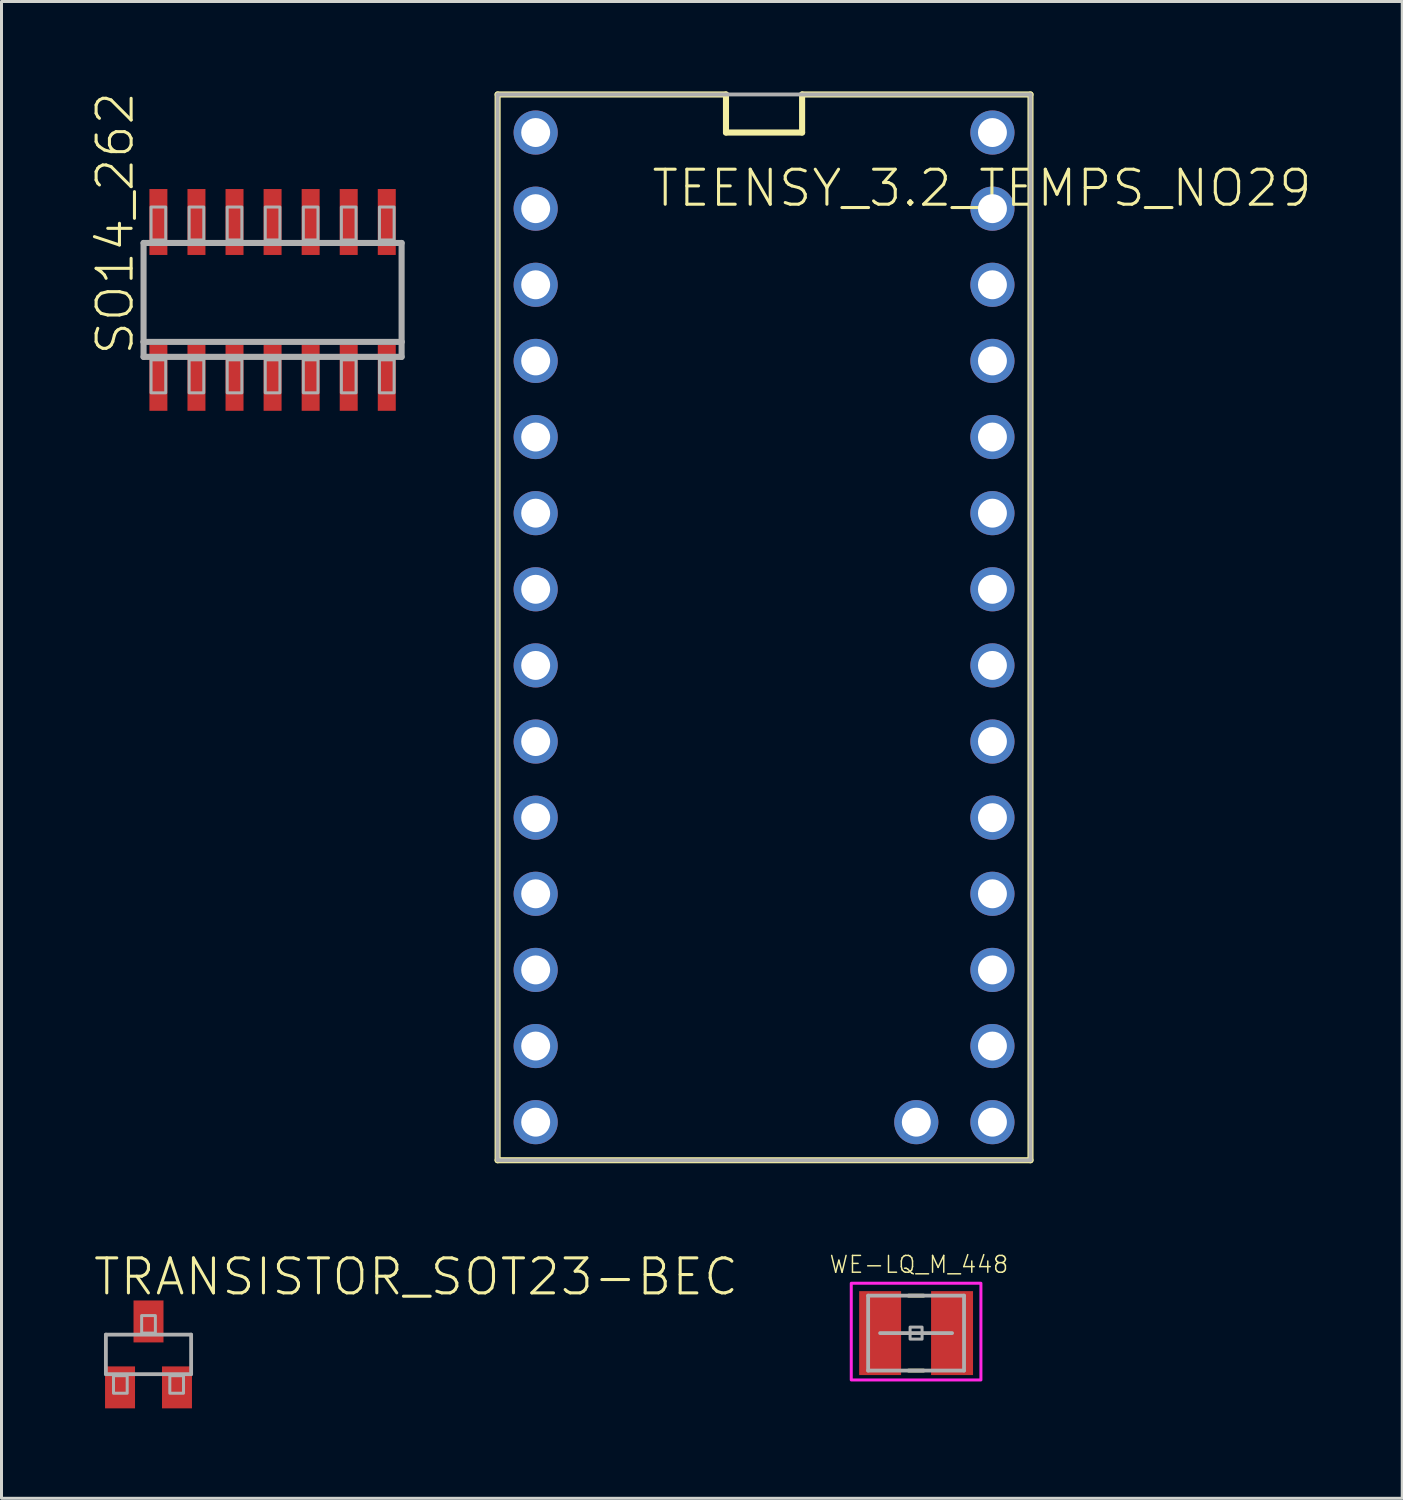
<source format=kicad_pcb>
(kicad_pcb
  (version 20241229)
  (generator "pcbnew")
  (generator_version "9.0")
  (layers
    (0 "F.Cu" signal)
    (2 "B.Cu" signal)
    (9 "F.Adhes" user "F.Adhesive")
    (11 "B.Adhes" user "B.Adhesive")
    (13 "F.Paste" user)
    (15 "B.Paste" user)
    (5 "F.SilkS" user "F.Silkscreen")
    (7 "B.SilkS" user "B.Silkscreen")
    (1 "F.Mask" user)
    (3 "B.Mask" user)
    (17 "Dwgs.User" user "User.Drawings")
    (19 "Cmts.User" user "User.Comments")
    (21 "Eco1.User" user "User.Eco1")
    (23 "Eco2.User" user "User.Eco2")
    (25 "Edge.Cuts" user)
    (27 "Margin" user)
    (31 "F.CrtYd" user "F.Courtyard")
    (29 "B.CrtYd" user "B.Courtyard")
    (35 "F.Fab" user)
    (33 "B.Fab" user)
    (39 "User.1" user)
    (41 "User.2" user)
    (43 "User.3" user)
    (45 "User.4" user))
  (footprint "TEENSY_3.2_TEMPS_NO29"
    (layer "F.Cu")
    (at 22.443 17.882)
    (property "Reference" "TEENSY_3.2_TEMPS_NO29" (at -3.81 -13.97 0) (unlocked yes) (layer "F.SilkS") (effects (font (size 1.168 1.168) (thickness 0.102)) (justify left bottom)))
    (fp_line (start -8.89 -17.78) (end -1.27 -17.78) (stroke (width 0.203) (type solid)) (layer "F.SilkS"))
    (fp_line (start -8.89 17.78) (end -8.89 -17.78) (stroke (width 0.203) (type solid)) (layer "F.SilkS"))
    (fp_line (start -1.27 -17.78) (end -1.27 -16.51) (stroke (width 0.203) (type solid)) (layer "F.SilkS"))
    (fp_line (start -1.27 -16.51) (end 1.27 -16.51) (stroke (width 0.203) (type solid)) (layer "F.SilkS"))
    (fp_line (start 1.27 -17.78) (end 8.89 -17.78) (stroke (width 0.203) (type solid)) (layer "F.SilkS"))
    (fp_line (start 1.27 -16.51) (end 1.27 -17.78) (stroke (width 0.203) (type solid)) (layer "F.SilkS"))
    (fp_line (start 8.89 -17.78) (end 8.89 17.78) (stroke (width 0.203) (type solid)) (layer "F.SilkS"))
    (fp_line (start 8.89 17.78) (end -8.89 17.78) (stroke (width 0.203) (type solid)) (layer "F.SilkS"))
    (fp_line (start -8.89 -17.78) (end 8.89 -17.78) (stroke (width 0.127) (type solid)) (layer "F.Fab"))
    (fp_line (start -8.89 17.78) (end -8.89 -17.78) (stroke (width 0.127) (type solid)) (layer "F.Fab"))
    (fp_line (start 8.89 -17.78) (end 8.89 17.78) (stroke (width 0.127) (type solid)) (layer "F.Fab"))
    (fp_line (start 8.89 17.78) (end -8.89 17.78) (stroke (width 0.127) (type solid)) (layer "F.Fab"))
    (pad "0" thru_hole circle (at -7.62 -13.97) (size 1.473 1.473) (drill 0.965) (layers "*.Cu" "*.Mask"))
    (pad "1" thru_hole circle (at -7.62 -11.43) (size 1.473 1.473) (drill 0.965) (layers "*.Cu" "*.Mask"))
    (pad "2" thru_hole circle (at -7.62 -8.89) (size 1.473 1.473) (drill 0.965) (layers "*.Cu" "*.Mask"))
    (pad "3" thru_hole circle (at -7.62 -6.35) (size 1.473 1.473) (drill 0.965) (layers "*.Cu" "*.Mask"))
    (pad "3.3V" thru_hole circle (at 7.62 -11.43) (size 1.473 1.473) (drill 0.965) (layers "*.Cu" "*.Mask"))
    (pad "4" thru_hole circle (at -7.62 -3.81) (size 1.473 1.473) (drill 0.965) (layers "*.Cu" "*.Mask"))
    (pad "5" thru_hole circle (at -7.62 -1.27) (size 1.473 1.473) (drill 0.965) (layers "*.Cu" "*.Mask"))
    (pad "6" thru_hole circle (at -7.62 1.27) (size 1.473 1.473) (drill 0.965) (layers "*.Cu" "*.Mask"))
    (pad "7" thru_hole circle (at -7.62 3.81) (size 1.473 1.473) (drill 0.965) (layers "*.Cu" "*.Mask"))
    (pad "8" thru_hole circle (at -7.62 6.35) (size 1.473 1.473) (drill 0.965) (layers "*.Cu" "*.Mask"))
    (pad "9" thru_hole circle (at -7.62 8.89) (size 1.473 1.473) (drill 0.965) (layers "*.Cu" "*.Mask"))
    (pad "10" thru_hole circle (at -7.62 11.43) (size 1.473 1.473) (drill 0.965) (layers "*.Cu" "*.Mask"))
    (pad "11" thru_hole circle (at -7.62 13.97) (size 1.473 1.473) (drill 0.965) (layers "*.Cu" "*.Mask"))
    (pad "12" thru_hole circle (at -7.62 16.51) (size 1.473 1.473) (drill 0.965) (layers "*.Cu" "*.Mask"))
    (pad "13" thru_hole circle (at 7.62 16.51) (size 1.473 1.473) (drill 0.965) (layers "*.Cu" "*.Mask"))
    (pad "14/A0" thru_hole circle (at 7.62 13.97) (size 1.473 1.473) (drill 0.965) (layers "*.Cu" "*.Mask"))
    (pad "15/A1" thru_hole circle (at 7.62 11.43) (size 1.473 1.473) (drill 0.965) (layers "*.Cu" "*.Mask"))
    (pad "16/A2" thru_hole circle (at 7.62 8.89) (size 1.473 1.473) (drill 0.965) (layers "*.Cu" "*.Mask"))
    (pad "17/A3" thru_hole circle (at 7.62 6.35) (size 1.473 1.473) (drill 0.965) (layers "*.Cu" "*.Mask"))
    (pad "18/A4" thru_hole circle (at 7.62 3.81) (size 1.473 1.473) (drill 0.965) (layers "*.Cu" "*.Mask"))
    (pad "19/A5" thru_hole circle (at 7.62 1.27) (size 1.473 1.473) (drill 0.965) (layers "*.Cu" "*.Mask"))
    (pad "20/A6" thru_hole circle (at 7.62 -1.27) (size 1.473 1.473) (drill 0.965) (layers "*.Cu" "*.Mask"))
    (pad "21/A7" thru_hole circle (at 7.62 -3.81) (size 1.473 1.473) (drill 0.965) (layers "*.Cu" "*.Mask"))
    (pad "22/A8" thru_hole circle (at 7.62 -6.35) (size 1.473 1.473) (drill 0.965) (layers "*.Cu" "*.Mask"))
    (pad "23/A9" thru_hole circle (at 7.62 -8.89) (size 1.473 1.473) (drill 0.965) (layers "*.Cu" "*.Mask"))
    (pad "AGND" thru_hole circle (at 7.62 -13.97) (size 1.473 1.473) (drill 0.965) (layers "*.Cu" "*.Mask"))
    (pad "GND" thru_hole circle (at -7.62 -16.51) (size 1.473 1.473) (drill 0.965) (layers "*.Cu" "*.Mask"))
    (pad "RESET/DAC" thru_hole circle (at 5.08 16.51) (size 1.473 1.473) (drill 0.965) (layers "*.Cu" "*.Mask"))
    (pad "VIN" thru_hole circle (at 7.62 -16.51) (size 1.473 1.473) (drill 0.965) (layers "*.Cu" "*.Mask")))
  (footprint "WE-LQ_M_448"
    (layer "F.Cu")
    (at 27.516 41.43)
    (property "Reference" "WE-LQ_M_448" (at 0.095 -1.96 0) (unlocked yes) (layer "F.SilkS") (effects (font (size 0.561 0.561) (thickness 0.049)) (justify bottom)))
    (fp_line (start -0.25 -1.25) (end 0.25 -1.25) (stroke (width 0.127) (type solid)) (layer "F.SilkS"))
    (fp_line (start -0.25 1.25) (end 0.25 1.25) (stroke (width 0.127) (type solid)) (layer "F.SilkS"))
    (fp_poly (pts (xy 2.163 1.563) (xy -2.163 1.563) (xy -2.163 -1.663) (xy 2.163 -1.663)) (stroke (width 0.1) (type default)) (fill no) (layer "F.CrtYd"))
    (fp_line (start -1.6 -1.25) (end 1.6 -1.25) (stroke (width 0.127) (type solid)) (layer "F.Fab"))
    (fp_line (start -1.6 1.25) (end -1.6 -1.25) (stroke (width 0.127) (type solid)) (layer "F.Fab"))
    (fp_line (start -1.2 0) (end 1.2 0) (stroke (width 0.127) (type solid)) (layer "F.Fab"))
    (fp_line (start 1.6 -1.25) (end 1.6 1.25) (stroke (width 0.127) (type solid)) (layer "F.Fab"))
    (fp_line (start 1.6 1.25) (end -1.6 1.25) (stroke (width 0.127) (type solid)) (layer "F.Fab"))
    (fp_poly (pts (xy -0.2 0.2) (xy 0.2 0.2) (xy 0.2 -0.2) (xy -0.2 -0.2)) (stroke (width 0.1) (type default)) (fill no) (layer "F.Fab"))
    (pad "1" smd rect (at -1.2 0) (size 1.4 2.8) (layers "F.Cu" "F.Mask" "F.Paste"))
    (pad "2" smd rect (at 1.2 0) (size 1.4 2.8) (layers "F.Cu" "F.Mask" "F.Paste")))
  (footprint "SO14_262"
    (layer "F.Cu")
    (at 6.045 6.957)
    (property "Reference" "SO14_262" (at -4.572 1.905 90) (unlocked yes) (layer "F.SilkS") (effects (font (size 1.168 1.168) (thickness 0.102)) (justify left bottom)))
    (fp_line (start -4.305 -1.9) (end 4.305 -1.9) (stroke (width 0.203) (type solid)) (layer "F.Fab"))
    (fp_line (start -4.305 1.4) (end -4.305 -1.9) (stroke (width 0.203) (type solid)) (layer "F.Fab"))
    (fp_line (start -4.305 1.9) (end -4.305 1.4) (stroke (width 0.203) (type solid)) (layer "F.Fab"))
    (fp_line (start 4.305 -1.9) (end 4.305 1.4) (stroke (width 0.203) (type solid)) (layer "F.Fab"))
    (fp_line (start 4.305 1.4) (end -4.305 1.4) (stroke (width 0.203) (type solid)) (layer "F.Fab"))
    (fp_line (start 4.305 1.4) (end 4.305 1.9) (stroke (width 0.203) (type solid)) (layer "F.Fab"))
    (fp_line (start 4.305 1.9) (end -4.305 1.9) (stroke (width 0.203) (type solid)) (layer "F.Fab"))
    (fp_poly (pts (xy -4.055 -2) (xy -3.565 -2) (xy -3.565 -3.1) (xy -4.055 -3.1)) (stroke (width 0.1) (type default)) (fill no) (layer "F.Fab"))
    (fp_poly (pts (xy -4.055 3.1) (xy -3.565 3.1) (xy -3.565 2) (xy -4.055 2)) (stroke (width 0.1) (type default)) (fill no) (layer "F.Fab"))
    (fp_poly (pts (xy -2.785 -2) (xy -2.295 -2) (xy -2.295 -3.1) (xy -2.785 -3.1)) (stroke (width 0.1) (type default)) (fill no) (layer "F.Fab"))
    (fp_poly (pts (xy -2.785 3.1) (xy -2.295 3.1) (xy -2.295 2) (xy -2.785 2)) (stroke (width 0.1) (type default)) (fill no) (layer "F.Fab"))
    (fp_poly (pts (xy -1.515 -2) (xy -1.025 -2) (xy -1.025 -3.1) (xy -1.515 -3.1)) (stroke (width 0.1) (type default)) (fill no) (layer "F.Fab"))
    (fp_poly (pts (xy -1.515 3.1) (xy -1.025 3.1) (xy -1.025 2) (xy -1.515 2)) (stroke (width 0.1) (type default)) (fill no) (layer "F.Fab"))
    (fp_poly (pts (xy -0.245 -2) (xy 0.245 -2) (xy 0.245 -3.1) (xy -0.245 -3.1)) (stroke (width 0.1) (type default)) (fill no) (layer "F.Fab"))
    (fp_poly (pts (xy -0.245 3.1) (xy 0.245 3.1) (xy 0.245 2) (xy -0.245 2)) (stroke (width 0.1) (type default)) (fill no) (layer "F.Fab"))
    (fp_poly (pts (xy 1.025 -2) (xy 1.515 -2) (xy 1.515 -3.1) (xy 1.025 -3.1)) (stroke (width 0.1) (type default)) (fill no) (layer "F.Fab"))
    (fp_poly (pts (xy 1.025 3.1) (xy 1.515 3.1) (xy 1.515 2) (xy 1.025 2)) (stroke (width 0.1) (type default)) (fill no) (layer "F.Fab"))
    (fp_poly (pts (xy 2.295 -2) (xy 2.785 -2) (xy 2.785 -3.1) (xy 2.295 -3.1)) (stroke (width 0.1) (type default)) (fill no) (layer "F.Fab"))
    (fp_poly (pts (xy 2.295 3.1) (xy 2.785 3.1) (xy 2.785 2) (xy 2.295 2)) (stroke (width 0.1) (type default)) (fill no) (layer "F.Fab"))
    (fp_poly (pts (xy 3.565 -2) (xy 4.055 -2) (xy 4.055 -3.1) (xy 3.565 -3.1)) (stroke (width 0.1) (type default)) (fill no) (layer "F.Fab"))
    (fp_poly (pts (xy 3.565 3.1) (xy 4.055 3.1) (xy 4.055 2) (xy 3.565 2)) (stroke (width 0.1) (type default)) (fill no) (layer "F.Fab"))
    (pad "1" smd rect (at -3.81 2.6) (size 0.6 2.2) (layers "F.Cu" "F.Mask" "F.Paste"))
    (pad "2" smd rect (at -2.54 2.6) (size 0.6 2.2) (layers "F.Cu" "F.Mask" "F.Paste"))
    (pad "3" smd rect (at -1.27 2.6) (size 0.6 2.2) (layers "F.Cu" "F.Mask" "F.Paste"))
    (pad "4" smd rect (at 0 2.6) (size 0.6 2.2) (layers "F.Cu" "F.Mask" "F.Paste"))
    (pad "5" smd rect (at 1.27 2.6) (size 0.6 2.2) (layers "F.Cu" "F.Mask" "F.Paste"))
    (pad "6" smd rect (at 2.54 2.6) (size 0.6 2.2) (layers "F.Cu" "F.Mask" "F.Paste"))
    (pad "7" smd rect (at 3.81 2.6) (size 0.6 2.2) (layers "F.Cu" "F.Mask" "F.Paste"))
    (pad "8" smd rect (at 3.81 -2.6) (size 0.6 2.2) (layers "F.Cu" "F.Mask" "F.Paste"))
    (pad "9" smd rect (at 2.54 -2.6) (size 0.6 2.2) (layers "F.Cu" "F.Mask" "F.Paste"))
    (pad "10" smd rect (at 1.27 -2.6) (size 0.6 2.2) (layers "F.Cu" "F.Mask" "F.Paste"))
    (pad "11" smd rect (at 0 -2.6) (size 0.6 2.2) (layers "F.Cu" "F.Mask" "F.Paste"))
    (pad "12" smd rect (at -1.27 -2.6) (size 0.6 2.2) (layers "F.Cu" "F.Mask" "F.Paste"))
    (pad "13" smd rect (at -2.54 -2.6) (size 0.6 2.2) (layers "F.Cu" "F.Mask" "F.Paste"))
    (pad "14" smd rect (at -3.81 -2.6) (size 0.6 2.2) (layers "F.Cu" "F.Mask" "F.Paste")))
  (footprint "TRANSISTOR_SOT23-BEC"
    (layer "F.Cu")
    (at 1.905 42.141)
    (property "Reference" "TRANSISTOR_SOT23-BEC" (at -1.905 -1.905 0) (unlocked yes) (layer "F.SilkS") (effects (font (size 1.168 1.168) (thickness 0.102)) (justify left bottom)))
    (fp_line (start -1.422 -0.66) (end 1.422 -0.66) (stroke (width 0.127) (type solid)) (layer "F.Fab"))
    (fp_line (start -1.422 0.66) (end -1.422 -0.66) (stroke (width 0.127) (type solid)) (layer "F.Fab"))
    (fp_line (start 1.422 -0.66) (end 1.422 0.66) (stroke (width 0.127) (type solid)) (layer "F.Fab"))
    (fp_line (start 1.422 0.66) (end -1.422 0.66) (stroke (width 0.127) (type solid)) (layer "F.Fab"))
    (fp_poly (pts (xy -1.168 1.295) (xy -0.711 1.295) (xy -0.711 0.711) (xy -1.168 0.711)) (stroke (width 0.1) (type default)) (fill no) (layer "F.Fab"))
    (fp_poly (pts (xy -0.229 -0.711) (xy 0.229 -0.711) (xy 0.229 -1.295) (xy -0.229 -1.295)) (stroke (width 0.1) (type default)) (fill no) (layer "F.Fab"))
    (fp_poly (pts (xy 0.711 1.295) (xy 1.168 1.295) (xy 1.168 0.711) (xy 0.711 0.711)) (stroke (width 0.1) (type default)) (fill no) (layer "F.Fab"))
    (pad "B" smd rect (at -0.95 1.1) (size 1 1.4) (layers "F.Cu" "F.Mask" "F.Paste"))
    (pad "C" smd rect (at 0 -1.1) (size 1 1.4) (layers "F.Cu" "F.Mask" "F.Paste"))
    (pad "E" smd rect (at 0.95 1.1) (size 1 1.4) (layers "F.Cu" "F.Mask" "F.Paste")))
  (gr_rect
    (start -3 -3)
    (end 43.737 46.941)
    (stroke (width 0.1) (type default))
    (fill no)
    (layer "Edge.Cuts")))
</source>
